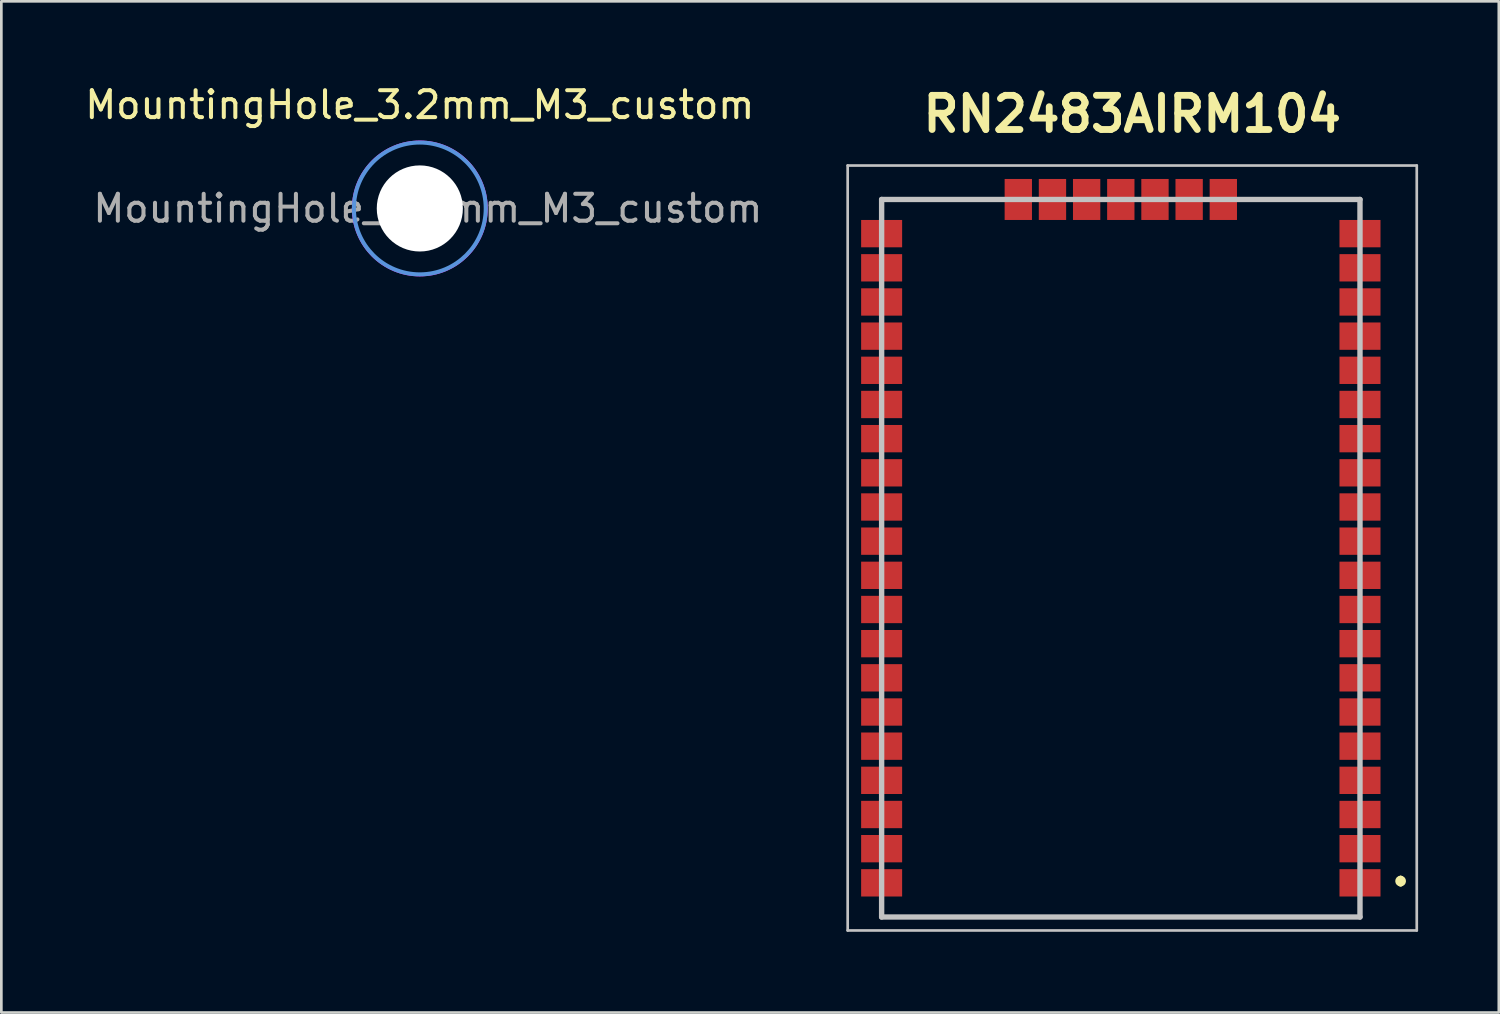
<source format=kicad_pcb>
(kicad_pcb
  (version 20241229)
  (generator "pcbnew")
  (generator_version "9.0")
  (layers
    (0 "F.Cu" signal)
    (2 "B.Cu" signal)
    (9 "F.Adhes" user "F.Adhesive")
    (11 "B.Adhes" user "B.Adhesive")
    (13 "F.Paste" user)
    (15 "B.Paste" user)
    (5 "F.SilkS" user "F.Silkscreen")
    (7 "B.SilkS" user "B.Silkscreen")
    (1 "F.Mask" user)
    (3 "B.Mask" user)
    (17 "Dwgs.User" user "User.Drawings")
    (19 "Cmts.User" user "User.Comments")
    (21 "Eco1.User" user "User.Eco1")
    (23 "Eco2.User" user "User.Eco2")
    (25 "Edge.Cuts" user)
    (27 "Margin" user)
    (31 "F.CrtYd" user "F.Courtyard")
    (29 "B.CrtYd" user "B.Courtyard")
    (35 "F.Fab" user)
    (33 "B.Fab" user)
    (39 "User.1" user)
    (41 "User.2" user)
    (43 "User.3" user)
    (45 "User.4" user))
  (footprint "MountingHole_3.2mm_M3_custom"
    (layer "F.Cu")
    (at 12.554 4.698)
    (property "Reference" "MountingHole_3.2mm_M3_custom" (at 0 -3.85 0) (layer "F.SilkS") (effects (font (size 1 1) (thickness 0.15))))
    (attr exclude_from_pos_files exclude_from_bom)
    (fp_circle (center 0 0) (end 2.45 0) (stroke (width 0.15) (type solid)) (fill no) (layer "Cmts.User"))
    (fp_circle (center 0 0) (end 2.5 0) (stroke (width 0.05) (type solid)) (fill no) (layer "F.CrtYd"))
    (fp_text user "${REFERENCE}" (at 0.3 0 0) (layer "F.Fab") (effects (font (size 1 1) (thickness 0.15))))
    (pad "" np_thru_hole circle (at 0 0) (size 3.2 3.2) (drill 3.2) (layers "*.Cu" "*.Mask")))
  (footprint "RN2483AIRM104"
    (layer "F.Cu")
    (at 38.609 17.699)
    (property "Reference" "RN2483AIRM104" (at 0.424 -16.51 0) (layer "F.SilkS") (effects (font (size 1.27 1.27) (thickness 0.254))))
    (attr smd)
    (fp_line (start -8.89 -13.335) (end -8.89 -13) (stroke (width 0.1) (type solid)) (layer "F.SilkS"))
    (fp_line (start -8.89 13) (end -8.89 13.335) (stroke (width 0.1) (type solid)) (layer "F.SilkS"))
    (fp_line (start -8.89 13.335) (end 8.89 13.335) (stroke (width 0.1) (type solid)) (layer "F.SilkS"))
    (fp_line (start -5 -13.335) (end -8.89 -13.335) (stroke (width 0.1) (type solid)) (layer "F.SilkS"))
    (fp_line (start 5 -13.335) (end 8.89 -13.335) (stroke (width 0.1) (type solid)) (layer "F.SilkS"))
    (fp_line (start 8.89 -13.335) (end 8.89 -13) (stroke (width 0.1) (type solid)) (layer "F.SilkS"))
    (fp_line (start 8.89 13.335) (end 8.89 13) (stroke (width 0.1) (type solid)) (layer "F.SilkS"))
    (fp_line (start 10.4 11.9) (end 10.4 11.9) (stroke (width 0.2) (type solid)) (layer "F.SilkS"))
    (fp_line (start 10.4 12.1) (end 10.4 12.1) (stroke (width 0.2) (type solid)) (layer "F.SilkS"))
    (fp_arc (start 10.4 11.9) (mid 10.5 12) (end 10.4 12.1) (stroke (width 0.2) (type solid)) (layer "F.SilkS"))
    (fp_arc (start 10.4 12.1) (mid 10.3 12) (end 10.4 11.9) (stroke (width 0.2) (type solid)) (layer "F.SilkS"))
    (fp_line (start -10.152 -14.597) (end 11 -14.597) (stroke (width 0.1) (type solid)) (layer "Dwgs.User"))
    (fp_line (start -10.152 13.835) (end -10.152 -14.597) (stroke (width 0.1) (type solid)) (layer "Dwgs.User"))
    (fp_line (start -8.89 -13.335) (end 8.89 -13.335) (stroke (width 0.2) (type solid)) (layer "Dwgs.User"))
    (fp_line (start -8.89 13.335) (end -8.89 -13.335) (stroke (width 0.2) (type solid)) (layer "Dwgs.User"))
    (fp_line (start 8.89 -13.335) (end 8.89 13.335) (stroke (width 0.2) (type solid)) (layer "Dwgs.User"))
    (fp_line (start 8.89 13.335) (end -8.89 13.335) (stroke (width 0.2) (type solid)) (layer "Dwgs.User"))
    (fp_line (start 11 -14.597) (end 11 13.835) (stroke (width 0.1) (type solid)) (layer "Dwgs.User"))
    (fp_line (start 11 13.835) (end -10.152 13.835) (stroke (width 0.1) (type solid)) (layer "Dwgs.User"))
    (pad "1" smd rect (at 8.89 12.065 90) (size 1.016 1.524) (layers "F.Cu" "F.Mask" "F.Paste"))
    (pad "2" smd rect (at 8.89 10.795 90) (size 1.016 1.524) (layers "F.Cu" "F.Mask" "F.Paste"))
    (pad "3" smd rect (at 8.89 9.525 90) (size 1.016 1.524) (layers "F.Cu" "F.Mask" "F.Paste"))
    (pad "4" smd rect (at 8.89 8.255 90) (size 1.016 1.524) (layers "F.Cu" "F.Mask" "F.Paste"))
    (pad "5" smd rect (at 8.89 6.985 90) (size 1.016 1.524) (layers "F.Cu" "F.Mask" "F.Paste"))
    (pad "6" smd rect (at 8.89 5.715 90) (size 1.016 1.524) (layers "F.Cu" "F.Mask" "F.Paste"))
    (pad "7" smd rect (at 8.89 4.445 90) (size 1.016 1.524) (layers "F.Cu" "F.Mask" "F.Paste"))
    (pad "8" smd rect (at 8.89 3.175 90) (size 1.016 1.524) (layers "F.Cu" "F.Mask" "F.Paste"))
    (pad "9" smd rect (at 8.89 1.905 90) (size 1.016 1.524) (layers "F.Cu" "F.Mask" "F.Paste"))
    (pad "10" smd rect (at 8.89 0.635 90) (size 1.016 1.524) (layers "F.Cu" "F.Mask" "F.Paste"))
    (pad "11" smd rect (at 8.89 -0.635 90) (size 1.016 1.524) (layers "F.Cu" "F.Mask" "F.Paste"))
    (pad "12" smd rect (at 8.89 -1.905 90) (size 1.016 1.524) (layers "F.Cu" "F.Mask" "F.Paste"))
    (pad "13" smd rect (at 8.89 -3.175 90) (size 1.016 1.524) (layers "F.Cu" "F.Mask" "F.Paste"))
    (pad "14" smd rect (at 8.89 -4.445 90) (size 1.016 1.524) (layers "F.Cu" "F.Mask" "F.Paste"))
    (pad "15" smd rect (at 8.89 -5.715 90) (size 1.016 1.524) (layers "F.Cu" "F.Mask" "F.Paste"))
    (pad "16" smd rect (at 8.89 -6.985 90) (size 1.016 1.524) (layers "F.Cu" "F.Mask" "F.Paste"))
    (pad "17" smd rect (at 8.89 -8.255 90) (size 1.016 1.524) (layers "F.Cu" "F.Mask" "F.Paste"))
    (pad "18" smd rect (at 8.89 -9.525 90) (size 1.016 1.524) (layers "F.Cu" "F.Mask" "F.Paste"))
    (pad "19" smd rect (at 8.89 -10.795 90) (size 1.016 1.524) (layers "F.Cu" "F.Mask" "F.Paste"))
    (pad "20" smd rect (at 8.89 -12.065 90) (size 1.016 1.524) (layers "F.Cu" "F.Mask" "F.Paste"))
    (pad "21" smd rect (at 3.81 -13.335) (size 1.016 1.524) (layers "F.Cu" "F.Mask" "F.Paste"))
    (pad "22" smd rect (at 2.54 -13.335) (size 1.016 1.524) (layers "F.Cu" "F.Mask" "F.Paste"))
    (pad "23" smd rect (at 1.27 -13.335) (size 1.016 1.524) (layers "F.Cu" "F.Mask" "F.Paste"))
    (pad "24" smd rect (at 0 -13.335) (size 1.016 1.524) (layers "F.Cu" "F.Mask" "F.Paste"))
    (pad "25" smd rect (at -1.27 -13.335) (size 1.016 1.524) (layers "F.Cu" "F.Mask" "F.Paste"))
    (pad "26" smd rect (at -2.54 -13.335) (size 1.016 1.524) (layers "F.Cu" "F.Mask" "F.Paste"))
    (pad "27" smd rect (at -3.81 -13.335) (size 1.016 1.524) (layers "F.Cu" "F.Mask" "F.Paste"))
    (pad "28" smd rect (at -8.89 -12.065 90) (size 1.016 1.524) (layers "F.Cu" "F.Mask" "F.Paste"))
    (pad "29" smd rect (at -8.89 -10.795 90) (size 1.016 1.524) (layers "F.Cu" "F.Mask" "F.Paste"))
    (pad "30" smd rect (at -8.89 -9.525 90) (size 1.016 1.524) (layers "F.Cu" "F.Mask" "F.Paste"))
    (pad "31" smd rect (at -8.89 -8.255 90) (size 1.016 1.524) (layers "F.Cu" "F.Mask" "F.Paste"))
    (pad "32" smd rect (at -8.89 -6.985 90) (size 1.016 1.524) (layers "F.Cu" "F.Mask" "F.Paste"))
    (pad "33" smd rect (at -8.89 -5.715 90) (size 1.016 1.524) (layers "F.Cu" "F.Mask" "F.Paste"))
    (pad "34" smd rect (at -8.89 -4.445 90) (size 1.016 1.524) (layers "F.Cu" "F.Mask" "F.Paste"))
    (pad "35" smd rect (at -8.89 -3.175 90) (size 1.016 1.524) (layers "F.Cu" "F.Mask" "F.Paste"))
    (pad "36" smd rect (at -8.89 -1.905 90) (size 1.016 1.524) (layers "F.Cu" "F.Mask" "F.Paste"))
    (pad "37" smd rect (at -8.89 -0.635 90) (size 1.016 1.524) (layers "F.Cu" "F.Mask" "F.Paste"))
    (pad "38" smd rect (at -8.89 0.635 90) (size 1.016 1.524) (layers "F.Cu" "F.Mask" "F.Paste"))
    (pad "39" smd rect (at -8.89 1.905 90) (size 1.016 1.524) (layers "F.Cu" "F.Mask" "F.Paste"))
    (pad "40" smd rect (at -8.89 3.175 90) (size 1.016 1.524) (layers "F.Cu" "F.Mask" "F.Paste"))
    (pad "41" smd rect (at -8.89 4.445 90) (size 1.016 1.524) (layers "F.Cu" "F.Mask" "F.Paste"))
    (pad "42" smd rect (at -8.89 5.715 90) (size 1.016 1.524) (layers "F.Cu" "F.Mask" "F.Paste"))
    (pad "43" smd rect (at -8.89 6.985 90) (size 1.016 1.524) (layers "F.Cu" "F.Mask" "F.Paste"))
    (pad "44" smd rect (at -8.89 8.255 90) (size 1.016 1.524) (layers "F.Cu" "F.Mask" "F.Paste"))
    (pad "45" smd rect (at -8.89 9.525 90) (size 1.016 1.524) (layers "F.Cu" "F.Mask" "F.Paste"))
    (pad "46" smd rect (at -8.89 10.795 90) (size 1.016 1.524) (layers "F.Cu" "F.Mask" "F.Paste"))
    (pad "47" smd rect (at -8.89 12.065 90) (size 1.016 1.524) (layers "F.Cu" "F.Mask" "F.Paste")))
  (gr_rect
    (start -3 -3)
    (end 52.659 34.584)
    (stroke (width 0.1) (type default))
    (fill no)
    (layer "Edge.Cuts")))
</source>
